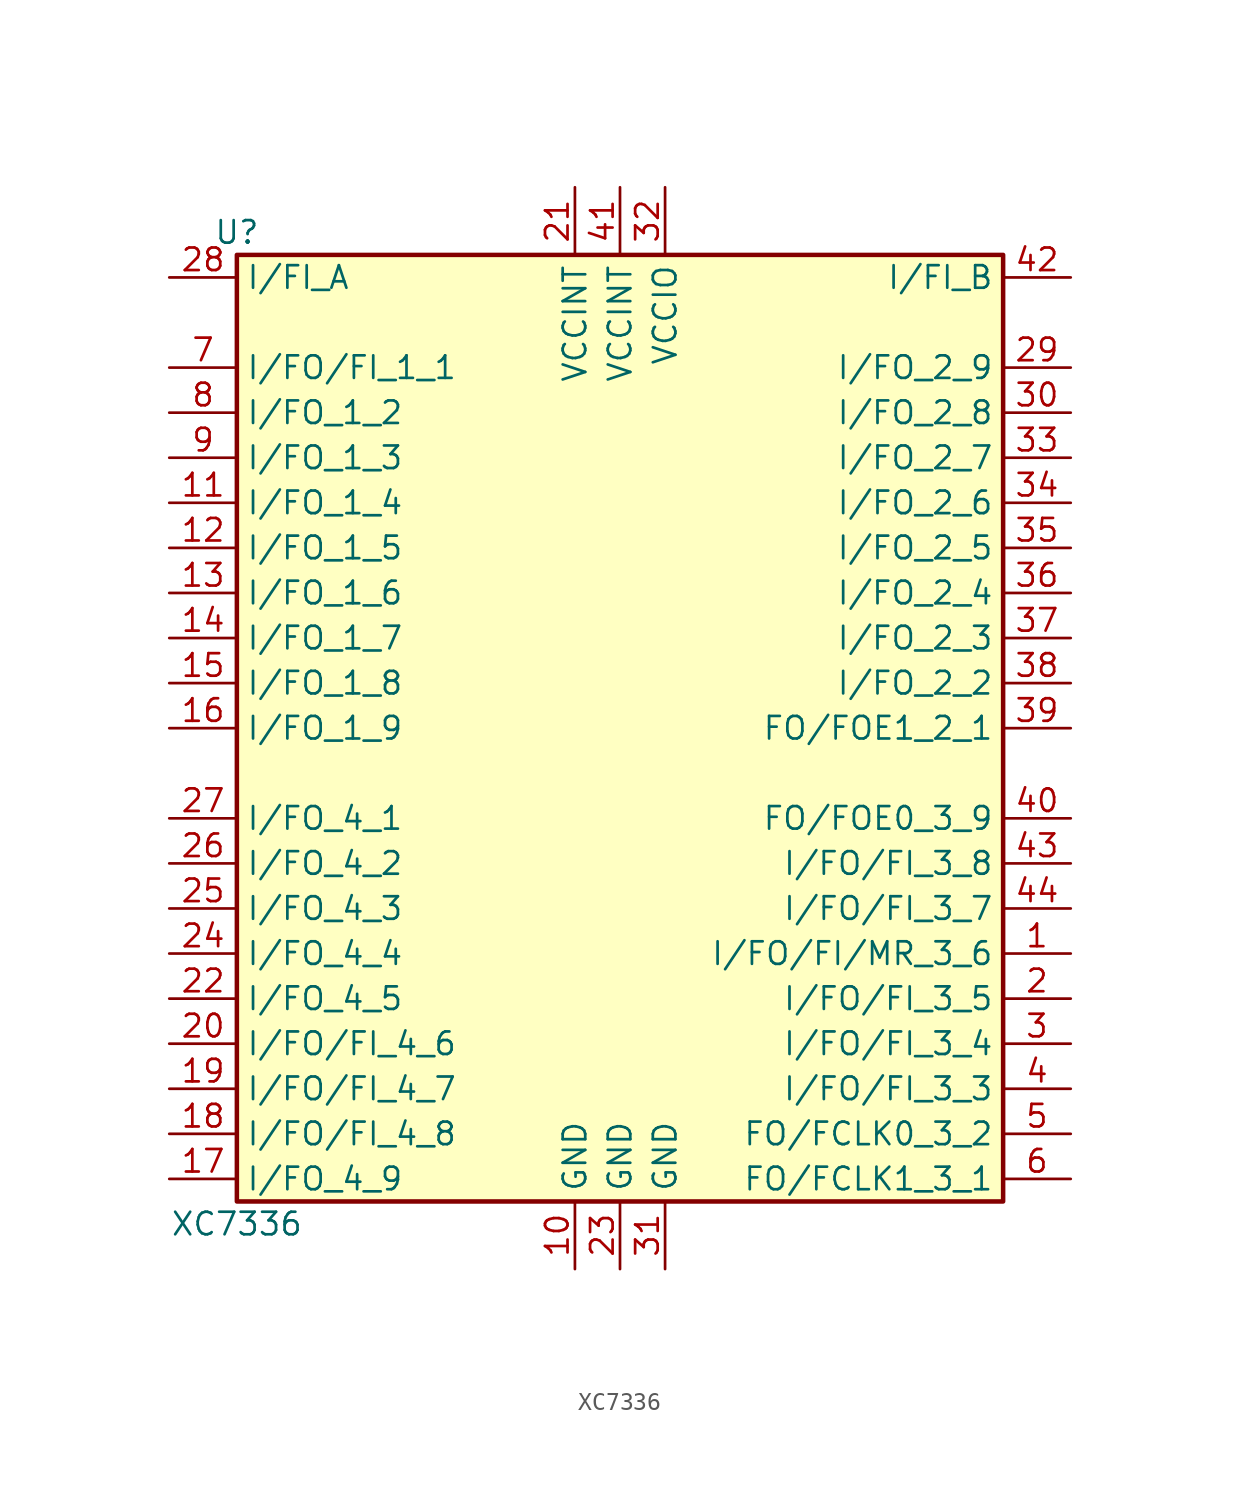
<source format=kicad_sym>
(kicad_symbol_lib
  (version 20241209)
  (generator "kicad_symbol_editor")
  (generator_version "9.0")
  (symbol "XC7336"
    (property "Reference" "U"
      (at -21.59 27.94 0)
      (effects (font (size 1.27 1.27))))
    (property "Value" "XC7336"
      (at -21.59 -27.94 0)
      (effects (font (size 1.27 1.27))))
    (symbol "XC7336_1_1"
      (rectangle (start -21.59 26.67) (end 21.59 -26.67) (stroke (width 0.254) (type default)) (fill (type background)))
      (pin bidirectional line (at -25.4 25.4 0) (length 3.81) (name "I/FI_A" (effects (font (size 1.27 1.27)))) (number "28" (effects (font (size 1.27 1.27)))))
      (pin bidirectional line (at -25.4 20.32 0) (length 3.81) (name "I/FO/FI_1_1" (effects (font (size 1.27 1.27)))) (number "7" (effects (font (size 1.27 1.27)))))
      (pin bidirectional line (at -25.4 17.78 0) (length 3.81) (name "I/FO_1_2" (effects (font (size 1.27 1.27)))) (number "8" (effects (font (size 1.27 1.27)))))
      (pin bidirectional line (at -25.4 15.24 0) (length 3.81) (name "I/FO_1_3" (effects (font (size 1.27 1.27)))) (number "9" (effects (font (size 1.27 1.27)))))
      (pin bidirectional line (at -25.4 12.7 0) (length 3.81) (name "I/FO_1_4" (effects (font (size 1.27 1.27)))) (number "11" (effects (font (size 1.27 1.27)))))
      (pin bidirectional line (at -25.4 10.16 0) (length 3.81) (name "I/FO_1_5" (effects (font (size 1.27 1.27)))) (number "12" (effects (font (size 1.27 1.27)))))
      (pin bidirectional line (at -25.4 7.62 0) (length 3.81) (name "I/FO_1_6" (effects (font (size 1.27 1.27)))) (number "13" (effects (font (size 1.27 1.27)))))
      (pin bidirectional line (at -25.4 5.08 0) (length 3.81) (name "I/FO_1_7" (effects (font (size 1.27 1.27)))) (number "14" (effects (font (size 1.27 1.27)))))
      (pin bidirectional line (at -25.4 2.54 0) (length 3.81) (name "I/FO_1_8" (effects (font (size 1.27 1.27)))) (number "15" (effects (font (size 1.27 1.27)))))
      (pin bidirectional line (at -25.4 0 0) (length 3.81) (name "I/FO_1_9" (effects (font (size 1.27 1.27)))) (number "16" (effects (font (size 1.27 1.27)))))
      (pin bidirectional line (at -25.4 -5.08 0) (length 3.81) (name "I/FO_4_1" (effects (font (size 1.27 1.27)))) (number "27" (effects (font (size 1.27 1.27)))))
      (pin bidirectional line (at -25.4 -7.62 0) (length 3.81) (name "I/FO_4_2" (effects (font (size 1.27 1.27)))) (number "26" (effects (font (size 1.27 1.27)))))
      (pin bidirectional line (at -25.4 -10.16 0) (length 3.81) (name "I/FO_4_3" (effects (font (size 1.27 1.27)))) (number "25" (effects (font (size 1.27 1.27)))))
      (pin bidirectional line (at -25.4 -12.7 0) (length 3.81) (name "I/FO_4_4" (effects (font (size 1.27 1.27)))) (number "24" (effects (font (size 1.27 1.27)))))
      (pin bidirectional line (at -25.4 -15.24 0) (length 3.81) (name "I/FO_4_5" (effects (font (size 1.27 1.27)))) (number "22" (effects (font (size 1.27 1.27)))))
      (pin bidirectional line (at -25.4 -17.78 0) (length 3.81) (name "I/FO/FI_4_6" (effects (font (size 1.27 1.27)))) (number "20" (effects (font (size 1.27 1.27)))))
      (pin bidirectional line (at -25.4 -20.32 0) (length 3.81) (name "I/FO/FI_4_7" (effects (font (size 1.27 1.27)))) (number "19" (effects (font (size 1.27 1.27)))))
      (pin bidirectional line (at -25.4 -22.86 0) (length 3.81) (name "I/FO/FI_4_8" (effects (font (size 1.27 1.27)))) (number "18" (effects (font (size 1.27 1.27)))))
      (pin bidirectional line (at -25.4 -25.4 0) (length 3.81) (name "I/FO_4_9" (effects (font (size 1.27 1.27)))) (number "17" (effects (font (size 1.27 1.27)))))
      (pin power_in line (at -2.54 30.48 270) (length 3.81) (name "VCCINT" (effects (font (size 1.27 1.27)))) (number "21" (effects (font (size 1.27 1.27)))))
      (pin power_in line (at -2.54 -30.48 90) (length 3.81) (name "GND" (effects (font (size 1.27 1.27)))) (number "10" (effects (font (size 1.27 1.27)))))
      (pin power_in line (at 0 30.48 270) (length 3.81) (name "VCCINT" (effects (font (size 1.27 1.27)))) (number "41" (effects (font (size 1.27 1.27)))))
      (pin power_in line (at 0 -30.48 90) (length 3.81) (name "GND" (effects (font (size 1.27 1.27)))) (number "23" (effects (font (size 1.27 1.27)))))
      (pin power_in line (at 2.54 30.48 270) (length 3.81) (name "VCCIO" (effects (font (size 1.27 1.27)))) (number "32" (effects (font (size 1.27 1.27)))))
      (pin power_in line (at 2.54 -30.48 90) (length 3.81) (name "GND" (effects (font (size 1.27 1.27)))) (number "31" (effects (font (size 1.27 1.27)))))
      (pin bidirectional line (at 25.4 25.4 180) (length 3.81) (name "I/FI_B" (effects (font (size 1.27 1.27)))) (number "42" (effects (font (size 1.27 1.27)))))
      (pin bidirectional line (at 25.4 20.32 180) (length 3.81) (name "I/FO_2_9" (effects (font (size 1.27 1.27)))) (number "29" (effects (font (size 1.27 1.27)))))
      (pin bidirectional line (at 25.4 17.78 180) (length 3.81) (name "I/FO_2_8" (effects (font (size 1.27 1.27)))) (number "30" (effects (font (size 1.27 1.27)))))
      (pin bidirectional line (at 25.4 15.24 180) (length 3.81) (name "I/FO_2_7" (effects (font (size 1.27 1.27)))) (number "33" (effects (font (size 1.27 1.27)))))
      (pin bidirectional line (at 25.4 12.7 180) (length 3.81) (name "I/FO_2_6" (effects (font (size 1.27 1.27)))) (number "34" (effects (font (size 1.27 1.27)))))
      (pin bidirectional line (at 25.4 10.16 180) (length 3.81) (name "I/FO_2_5" (effects (font (size 1.27 1.27)))) (number "35" (effects (font (size 1.27 1.27)))))
      (pin bidirectional line (at 25.4 7.62 180) (length 3.81) (name "I/FO_2_4" (effects (font (size 1.27 1.27)))) (number "36" (effects (font (size 1.27 1.27)))))
      (pin bidirectional line (at 25.4 5.08 180) (length 3.81) (name "I/FO_2_3" (effects (font (size 1.27 1.27)))) (number "37" (effects (font (size 1.27 1.27)))))
      (pin bidirectional line (at 25.4 2.54 180) (length 3.81) (name "I/FO_2_2" (effects (font (size 1.27 1.27)))) (number "38" (effects (font (size 1.27 1.27)))))
      (pin bidirectional line (at 25.4 0 180) (length 3.81) (name "FO/FOE1_2_1" (effects (font (size 1.27 1.27)))) (number "39" (effects (font (size 1.27 1.27)))))
      (pin bidirectional line (at 25.4 -5.08 180) (length 3.81) (name "FO/FOE0_3_9" (effects (font (size 1.27 1.27)))) (number "40" (effects (font (size 1.27 1.27)))))
      (pin bidirectional line (at 25.4 -7.62 180) (length 3.81) (name "I/FO/FI_3_8" (effects (font (size 1.27 1.27)))) (number "43" (effects (font (size 1.27 1.27)))))
      (pin bidirectional line (at 25.4 -10.16 180) (length 3.81) (name "I/FO/FI_3_7" (effects (font (size 1.27 1.27)))) (number "44" (effects (font (size 1.27 1.27)))))
      (pin bidirectional line (at 25.4 -12.7 180) (length 3.81) (name "I/FO/FI/MR_3_6" (effects (font (size 1.27 1.27)))) (number "1" (effects (font (size 1.27 1.27)))))
      (pin bidirectional line (at 25.4 -15.24 180) (length 3.81) (name "I/FO/FI_3_5" (effects (font (size 1.27 1.27)))) (number "2" (effects (font (size 1.27 1.27)))))
      (pin bidirectional line (at 25.4 -17.78 180) (length 3.81) (name "I/FO/FI_3_4" (effects (font (size 1.27 1.27)))) (number "3" (effects (font (size 1.27 1.27)))))
      (pin bidirectional line (at 25.4 -20.32 180) (length 3.81) (name "I/FO/FI_3_3" (effects (font (size 1.27 1.27)))) (number "4" (effects (font (size 1.27 1.27)))))
      (pin bidirectional line (at 25.4 -22.86 180) (length 3.81) (name "FO/FCLK0_3_2" (effects (font (size 1.27 1.27)))) (number "5" (effects (font (size 1.27 1.27)))))
      (pin bidirectional line (at 25.4 -25.4 180) (length 3.81) (name "FO/FCLK1_3_1" (effects (font (size 1.27 1.27)))) (number "6" (effects (font (size 1.27 1.27))))))))
</source>
